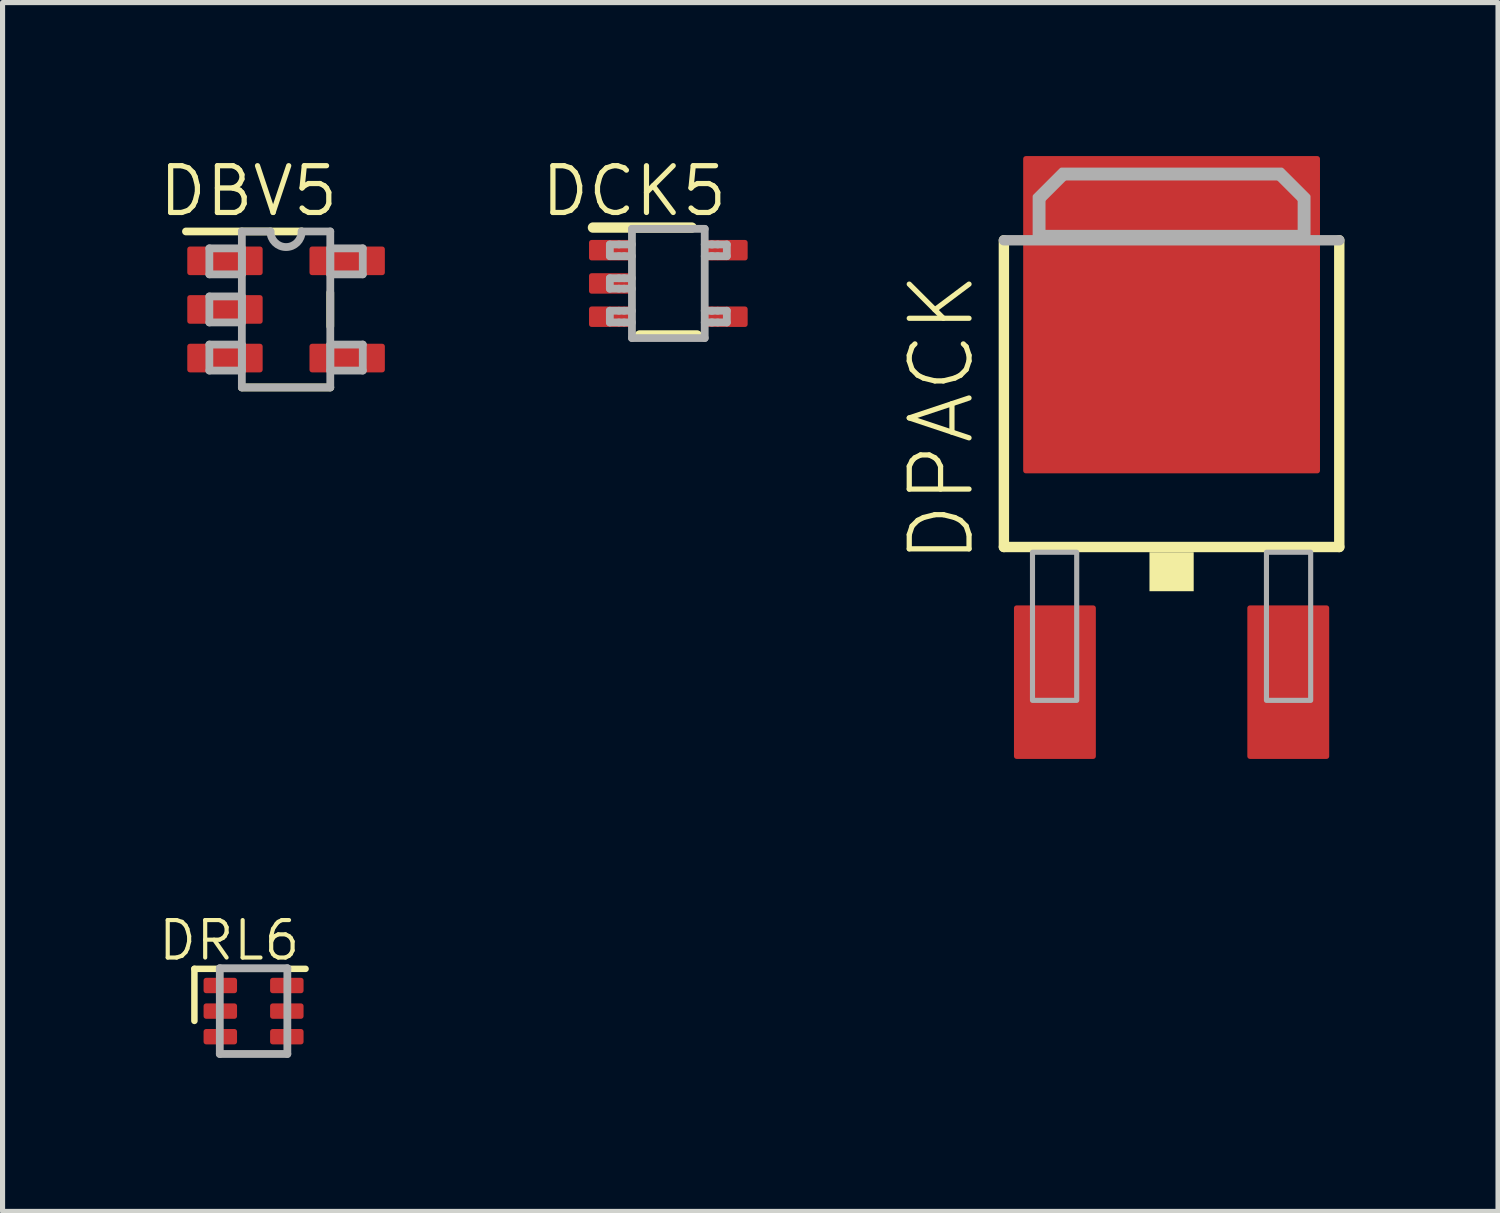
<source format=kicad_pcb>
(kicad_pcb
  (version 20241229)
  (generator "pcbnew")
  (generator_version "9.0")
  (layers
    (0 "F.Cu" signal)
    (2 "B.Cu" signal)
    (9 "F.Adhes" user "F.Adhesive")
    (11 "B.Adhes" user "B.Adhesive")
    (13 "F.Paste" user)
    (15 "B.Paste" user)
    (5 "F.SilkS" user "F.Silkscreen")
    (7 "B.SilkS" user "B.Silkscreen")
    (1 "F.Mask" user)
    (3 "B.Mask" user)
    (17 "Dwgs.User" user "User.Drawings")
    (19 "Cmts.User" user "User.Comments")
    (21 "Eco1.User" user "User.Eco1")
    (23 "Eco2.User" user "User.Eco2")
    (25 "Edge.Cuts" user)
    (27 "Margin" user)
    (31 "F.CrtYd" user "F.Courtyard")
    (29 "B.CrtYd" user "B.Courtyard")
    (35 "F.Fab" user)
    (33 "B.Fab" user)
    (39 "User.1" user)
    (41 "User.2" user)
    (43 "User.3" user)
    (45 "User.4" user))
  (footprint "DCK5"
    (layer "F.Cu")
    (at 10.01 2.489)
    (property "Reference" "DCK5" (at -2.54 -1.27 0) (layer "F.SilkS") (effects (font (size 0.914 0.914) (thickness 0.102)) (justify left bottom)))
    (fp_line (start -1.473 -1.092) (end 0.457 -1.092) (stroke (width 0.203) (type solid)) (layer "F.SilkS"))
    (fp_line (start -0.559 1.016) (end 0.559 1.016) (stroke (width 0.203) (type solid)) (layer "F.SilkS"))
    (fp_line (start -1.143 -0.762) (end -0.965 -0.762) (stroke (width 0.152) (type solid)) (layer "F.Fab"))
    (fp_line (start -1.143 -0.533) (end -1.143 -0.762) (stroke (width 0.152) (type solid)) (layer "F.Fab"))
    (fp_line (start -1.143 -0.533) (end -0.965 -0.533) (stroke (width 0.152) (type solid)) (layer "F.Fab"))
    (fp_line (start -1.143 -0.102) (end -0.965 -0.102) (stroke (width 0.152) (type solid)) (layer "F.Fab"))
    (fp_line (start -1.143 0.102) (end -1.143 -0.102) (stroke (width 0.152) (type solid)) (layer "F.Fab"))
    (fp_line (start -1.143 0.102) (end -0.965 0.102) (stroke (width 0.152) (type solid)) (layer "F.Fab"))
    (fp_line (start -1.143 0.533) (end -0.965 0.533) (stroke (width 0.152) (type solid)) (layer "F.Fab"))
    (fp_line (start -1.143 0.762) (end -1.143 0.533) (stroke (width 0.152) (type solid)) (layer "F.Fab"))
    (fp_line (start -1.143 0.762) (end -0.965 0.762) (stroke (width 0.152) (type solid)) (layer "F.Fab"))
    (fp_line (start -0.965 -0.762) (end -0.711 -0.762) (stroke (width 0.152) (type solid)) (layer "F.Fab"))
    (fp_line (start -0.965 -0.533) (end -0.864 -0.533) (stroke (width 0.152) (type solid)) (layer "F.Fab"))
    (fp_line (start -0.965 -0.102) (end -0.864 -0.102) (stroke (width 0.152) (type solid)) (layer "F.Fab"))
    (fp_line (start -0.965 0.102) (end -0.864 0.102) (stroke (width 0.152) (type solid)) (layer "F.Fab"))
    (fp_line (start -0.965 0.533) (end -0.864 0.533) (stroke (width 0.152) (type solid)) (layer "F.Fab"))
    (fp_line (start -0.965 0.762) (end -0.864 0.762) (stroke (width 0.152) (type solid)) (layer "F.Fab"))
    (fp_line (start -0.864 -0.533) (end -0.711 -0.533) (stroke (width 0.152) (type solid)) (layer "F.Fab"))
    (fp_line (start -0.864 -0.102) (end -0.711 -0.102) (stroke (width 0.152) (type solid)) (layer "F.Fab"))
    (fp_line (start -0.864 0.102) (end -0.711 0.102) (stroke (width 0.152) (type solid)) (layer "F.Fab"))
    (fp_line (start -0.864 0.533) (end -0.711 0.533) (stroke (width 0.152) (type solid)) (layer "F.Fab"))
    (fp_line (start -0.864 0.762) (end -0.711 0.762) (stroke (width 0.152) (type solid)) (layer "F.Fab"))
    (fp_line (start -0.711 -1.067) (end 0.711 -1.067) (stroke (width 0.152) (type solid)) (layer "F.Fab"))
    (fp_line (start -0.711 1.067) (end -0.711 -1.067) (stroke (width 0.152) (type solid)) (layer "F.Fab"))
    (fp_line (start -0.711 1.067) (end 0.711 1.067) (stroke (width 0.152) (type solid)) (layer "F.Fab"))
    (fp_line (start 0.711 -0.762) (end 0.838 -0.762) (stroke (width 0.152) (type solid)) (layer "F.Fab"))
    (fp_line (start 0.711 -0.533) (end 0.838 -0.533) (stroke (width 0.152) (type solid)) (layer "F.Fab"))
    (fp_line (start 0.711 0.533) (end 0.838 0.533) (stroke (width 0.152) (type solid)) (layer "F.Fab"))
    (fp_line (start 0.711 0.762) (end 0.838 0.762) (stroke (width 0.152) (type solid)) (layer "F.Fab"))
    (fp_line (start 0.711 1.067) (end 0.711 -1.067) (stroke (width 0.152) (type solid)) (layer "F.Fab"))
    (fp_line (start 0.838 -0.762) (end 0.864 -0.762) (stroke (width 0.152) (type solid)) (layer "F.Fab"))
    (fp_line (start 0.838 -0.533) (end 0.864 -0.533) (stroke (width 0.152) (type solid)) (layer "F.Fab"))
    (fp_line (start 0.838 0.533) (end 0.864 0.533) (stroke (width 0.152) (type solid)) (layer "F.Fab"))
    (fp_line (start 0.838 0.762) (end 0.864 0.762) (stroke (width 0.152) (type solid)) (layer "F.Fab"))
    (fp_line (start 0.864 -0.762) (end 0.965 -0.762) (stroke (width 0.152) (type solid)) (layer "F.Fab"))
    (fp_line (start 0.864 -0.533) (end 0.965 -0.533) (stroke (width 0.152) (type solid)) (layer "F.Fab"))
    (fp_line (start 0.864 0.533) (end 0.965 0.533) (stroke (width 0.152) (type solid)) (layer "F.Fab"))
    (fp_line (start 0.864 0.762) (end 0.965 0.762) (stroke (width 0.152) (type solid)) (layer "F.Fab"))
    (fp_line (start 0.965 -0.762) (end 1.143 -0.762) (stroke (width 0.152) (type solid)) (layer "F.Fab"))
    (fp_line (start 0.965 -0.533) (end 1.143 -0.533) (stroke (width 0.152) (type solid)) (layer "F.Fab"))
    (fp_line (start 0.965 0.533) (end 1.143 0.533) (stroke (width 0.152) (type solid)) (layer "F.Fab"))
    (fp_line (start 0.965 0.762) (end 1.143 0.762) (stroke (width 0.152) (type solid)) (layer "F.Fab"))
    (fp_line (start 1.143 -0.533) (end 1.143 -0.762) (stroke (width 0.152) (type solid)) (layer "F.Fab"))
    (fp_line (start 1.143 0.762) (end 1.143 0.533) (stroke (width 0.152) (type solid)) (layer "F.Fab"))
    (pad "1" smd roundrect (at -1.125 -0.65 90) (size 0.4 0.85) (layers "F.Cu" "F.Mask" "F.Paste") (roundrect_rratio 0.127))
    (pad "2" smd roundrect (at -1.125 0 90) (size 0.4 0.85) (layers "F.Cu" "F.Mask" "F.Paste") (roundrect_rratio 0.127))
    (pad "3" smd roundrect (at -1.125 0.65 90) (size 0.4 0.85) (layers "F.Cu" "F.Mask" "F.Paste") (roundrect_rratio 0.127))
    (pad "4" smd roundrect (at 1.125 0.65 90) (size 0.4 0.85) (layers "F.Cu" "F.Mask" "F.Paste") (roundrect_rratio 0.127))
    (pad "5" smd roundrect (at 1.125 -0.65 90) (size 0.4 0.85) (layers "F.Cu" "F.Mask" "F.Paste") (roundrect_rratio 0.127)))
  (footprint "DRL6"
    (layer "F.Cu")
    (at 1.905 16.708)
    (property "Reference" "DRL6" (at -1.905 -0.953 0) (layer "F.SilkS") (effects (font (size 0.732 0.732) (thickness 0.081)) (justify left bottom)))
    (fp_line (start -1.156 -0.826) (end -1.156 0.191) (stroke (width 0.127) (type solid)) (layer "F.SilkS"))
    (fp_line (start 1.016 -0.826) (end -1.156 -0.826) (stroke (width 0.127) (type solid)) (layer "F.SilkS"))
    (fp_line (start -0.66 -0.838) (end -0.66 0.838) (stroke (width 0.152) (type solid)) (layer "F.Fab"))
    (fp_line (start -0.66 0.838) (end 0.66 0.838) (stroke (width 0.152) (type solid)) (layer "F.Fab"))
    (fp_line (start 0.66 -0.838) (end -0.66 -0.838) (stroke (width 0.152) (type solid)) (layer "F.Fab"))
    (fp_line (start 0.66 0.838) (end 0.66 -0.838) (stroke (width 0.152) (type solid)) (layer "F.Fab"))
    (pad "1" smd roundrect (at -0.65 -0.5) (size 0.654 0.301) (layers "F.Cu" "F.Mask" "F.Paste") (roundrect_rratio 0.169))
    (pad "2" smd roundrect (at -0.65 0) (size 0.654 0.301) (layers "F.Cu" "F.Mask" "F.Paste") (roundrect_rratio 0.169))
    (pad "3" smd roundrect (at -0.65 0.5) (size 0.654 0.301) (layers "F.Cu" "F.Mask" "F.Paste") (roundrect_rratio 0.169))
    (pad "4" smd roundrect (at 0.65 0.5) (size 0.654 0.301) (layers "F.Cu" "F.Mask" "F.Paste") (roundrect_rratio 0.169))
    (pad "5" smd roundrect (at 0.65 0) (size 0.654 0.301) (layers "F.Cu" "F.Mask" "F.Paste") (roundrect_rratio 0.169))
    (pad "6" smd roundrect (at 0.65 -0.5) (size 0.654 0.301) (layers "F.Cu" "F.Mask" "F.Paste") (roundrect_rratio 0.169)))
  (footprint "DPACK"
    (layer "F.Cu")
    (at 19.844 5.48)
    (property "Reference" "DPACK" (at -3.81 2.54 90) (layer "F.SilkS") (effects (font (size 1.168 1.168) (thickness 0.102)) (justify left bottom)))
    (fp_line (start -3.277 2.159) (end -3.277 -3.835) (stroke (width 0.203) (type solid)) (layer "F.SilkS"))
    (fp_line (start 3.277 -3.835) (end 3.277 2.159) (stroke (width 0.203) (type solid)) (layer "F.SilkS"))
    (fp_line (start 3.277 2.159) (end -3.277 2.159) (stroke (width 0.203) (type solid)) (layer "F.SilkS"))
    (fp_poly (pts (xy -0.432 3.023) (xy 0.432 3.023) (xy 0.432 2.261) (xy -0.432 2.261)) (stroke (width 0) (type solid)) (fill yes) (layer "F.SilkS"))
    (fp_line (start -3.277 -3.835) (end 3.277 -3.835) (stroke (width 0.203) (type solid)) (layer "F.Fab"))
    (fp_line (start -2.565 -4.648) (end -2.108 -5.105) (stroke (width 0.203) (type solid)) (layer "F.Fab"))
    (fp_line (start -2.565 -3.937) (end -2.565 -4.648) (stroke (width 0.203) (type solid)) (layer "F.Fab"))
    (fp_line (start -2.108 -5.105) (end 2.108 -5.105) (stroke (width 0.203) (type solid)) (layer "F.Fab"))
    (fp_line (start 2.108 -5.105) (end 2.565 -4.648) (stroke (width 0.203) (type solid)) (layer "F.Fab"))
    (fp_line (start 2.565 -4.648) (end 2.565 -3.937) (stroke (width 0.203) (type solid)) (layer "F.Fab"))
    (fp_line (start 2.565 -3.937) (end -2.565 -3.937) (stroke (width 0.203) (type solid)) (layer "F.Fab"))
    (fp_poly (pts (xy -2.718 5.156) (xy -1.854 5.156) (xy -1.854 2.261) (xy -2.718 2.261)) (stroke (width 0.1) (type solid)) (fill no) (layer "F.Fab"))
    (fp_poly (pts (xy 1.854 5.156) (xy 2.718 5.156) (xy 2.718 2.261) (xy 1.854 2.261)) (stroke (width 0.1) (type solid)) (fill no) (layer "F.Fab"))
    (fp_poly (pts (xy 2.665 -4.69) (xy 2.665 -3.837) (xy -2.665 -3.837) (xy -2.665 -4.69) (xy -2.15 -5.205) (xy 2.15 -5.205)) (stroke (width 0.1) (type solid)) (fill no) (layer "F.Fab"))
    (pad "1" smd roundrect (at -2.28 4.8) (size 1.6 3) (layers "F.Cu" "F.Mask" "F.Paste") (roundrect_rratio 0.032))
    (pad "3" smd roundrect (at 2.28 4.8) (size 1.6 3) (layers "F.Cu" "F.Mask" "F.Paste") (roundrect_rratio 0.032))
    (pad "4" smd roundrect (at 0 -2.38) (size 5.8 6.2) (layers "F.Cu" "F.Mask" "F.Paste") (roundrect_rratio 0.009)))
  (footprint "DBV5"
    (layer "F.Cu")
    (at 2.54 2.997)
    (property "Reference" "DBV5" (at -2.54 -1.778 0) (layer "F.SilkS") (effects (font (size 0.914 0.914) (thickness 0.102)) (justify left bottom)))
    (fp_line (start -0.864 1.524) (end 0.864 1.524) (stroke (width 0.152) (type solid)) (layer "F.SilkS"))
    (fp_line (start 0.305 -1.524) (end -1.956 -1.524) (stroke (width 0.152) (type solid)) (layer "F.SilkS"))
    (fp_line (start 0.864 0.33) (end 0.864 -0.33) (stroke (width 0.152) (type solid)) (layer "F.SilkS"))
    (fp_line (start -1.499 -1.194) (end -1.499 -0.686) (stroke (width 0.152) (type solid)) (layer "F.Fab"))
    (fp_line (start -1.499 -0.686) (end -0.864 -0.686) (stroke (width 0.152) (type solid)) (layer "F.Fab"))
    (fp_line (start -1.499 -0.254) (end -1.499 0.254) (stroke (width 0.152) (type solid)) (layer "F.Fab"))
    (fp_line (start -1.499 0.254) (end -0.864 0.254) (stroke (width 0.152) (type solid)) (layer "F.Fab"))
    (fp_line (start -1.499 0.686) (end -1.499 1.194) (stroke (width 0.152) (type solid)) (layer "F.Fab"))
    (fp_line (start -1.499 1.194) (end -0.864 1.194) (stroke (width 0.152) (type solid)) (layer "F.Fab"))
    (fp_line (start -0.864 -1.524) (end -0.864 1.524) (stroke (width 0.152) (type solid)) (layer "F.Fab"))
    (fp_line (start -0.864 -1.194) (end -1.499 -1.194) (stroke (width 0.152) (type solid)) (layer "F.Fab"))
    (fp_line (start -0.864 -0.686) (end -0.864 -1.194) (stroke (width 0.152) (type solid)) (layer "F.Fab"))
    (fp_line (start -0.864 -0.254) (end -1.499 -0.254) (stroke (width 0.152) (type solid)) (layer "F.Fab"))
    (fp_line (start -0.864 0.254) (end -0.864 -0.254) (stroke (width 0.152) (type solid)) (layer "F.Fab"))
    (fp_line (start -0.864 0.686) (end -1.499 0.686) (stroke (width 0.152) (type solid)) (layer "F.Fab"))
    (fp_line (start -0.864 1.194) (end -0.864 0.686) (stroke (width 0.152) (type solid)) (layer "F.Fab"))
    (fp_line (start -0.864 1.524) (end 0.864 1.524) (stroke (width 0.152) (type solid)) (layer "F.Fab"))
    (fp_line (start -0.305 -1.524) (end -0.864 -1.524) (stroke (width 0.152) (type solid)) (layer "F.Fab"))
    (fp_line (start 0.305 -1.524) (end 0.864 -1.524) (stroke (width 0.152) (type solid)) (layer "F.Fab"))
    (fp_line (start 0.864 -1.194) (end 0.864 -0.686) (stroke (width 0.152) (type solid)) (layer "F.Fab"))
    (fp_line (start 0.864 -0.686) (end 1.499 -0.686) (stroke (width 0.152) (type solid)) (layer "F.Fab"))
    (fp_line (start 0.864 0.686) (end 0.864 1.194) (stroke (width 0.152) (type solid)) (layer "F.Fab"))
    (fp_line (start 0.864 1.194) (end 1.499 1.194) (stroke (width 0.152) (type solid)) (layer "F.Fab"))
    (fp_line (start 0.864 1.524) (end 0.864 -1.524) (stroke (width 0.152) (type solid)) (layer "F.Fab"))
    (fp_line (start 1.499 -1.194) (end 0.864 -1.194) (stroke (width 0.152) (type solid)) (layer "F.Fab"))
    (fp_line (start 1.499 -0.686) (end 1.499 -1.194) (stroke (width 0.152) (type solid)) (layer "F.Fab"))
    (fp_line (start 1.499 0.686) (end 0.864 0.686) (stroke (width 0.152) (type solid)) (layer "F.Fab"))
    (fp_line (start 1.499 1.194) (end 1.499 0.686) (stroke (width 0.152) (type solid)) (layer "F.Fab"))
    (fp_arc (start 0.3048 -1.524) (mid 0 -1.2192) (end -0.3048 -1.524) (stroke (width 0.1524) (type solid)) (layer "F.Fab"))
    (pad "1" smd roundrect (at -1.194 -0.95) (size 1.473 0.559) (layers "F.Cu" "F.Mask" "F.Paste") (roundrect_rratio 0.091))
    (pad "2" smd roundrect (at -1.194 0) (size 1.473 0.559) (layers "F.Cu" "F.Mask" "F.Paste") (roundrect_rratio 0.091))
    (pad "3" smd roundrect (at -1.194 0.95) (size 1.473 0.559) (layers "F.Cu" "F.Mask" "F.Paste") (roundrect_rratio 0.091))
    (pad "4" smd roundrect (at 1.194 0.95) (size 1.473 0.559) (layers "F.Cu" "F.Mask" "F.Paste") (roundrect_rratio 0.091))
    (pad "5" smd roundrect (at 1.194 -0.95) (size 1.473 0.559) (layers "F.Cu" "F.Mask" "F.Paste") (roundrect_rratio 0.091)))
  (gr_rect
    (start -3 -3)
    (end 26.223 20.622)
    (stroke (width 0.1) (type default))
    (fill no)
    (layer "Edge.Cuts")))
</source>
